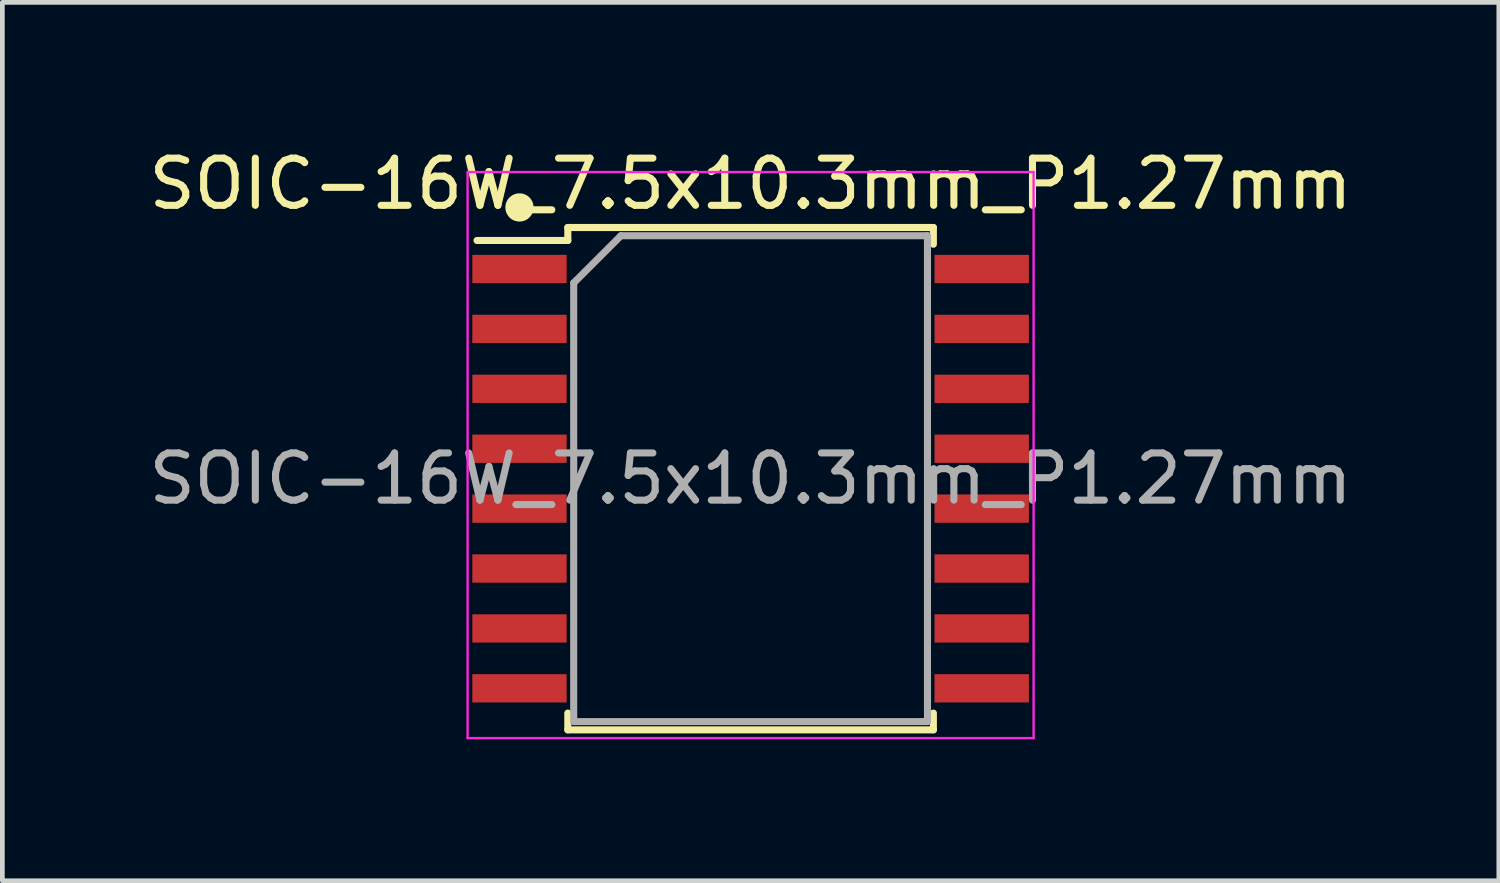
<source format=kicad_pcb>
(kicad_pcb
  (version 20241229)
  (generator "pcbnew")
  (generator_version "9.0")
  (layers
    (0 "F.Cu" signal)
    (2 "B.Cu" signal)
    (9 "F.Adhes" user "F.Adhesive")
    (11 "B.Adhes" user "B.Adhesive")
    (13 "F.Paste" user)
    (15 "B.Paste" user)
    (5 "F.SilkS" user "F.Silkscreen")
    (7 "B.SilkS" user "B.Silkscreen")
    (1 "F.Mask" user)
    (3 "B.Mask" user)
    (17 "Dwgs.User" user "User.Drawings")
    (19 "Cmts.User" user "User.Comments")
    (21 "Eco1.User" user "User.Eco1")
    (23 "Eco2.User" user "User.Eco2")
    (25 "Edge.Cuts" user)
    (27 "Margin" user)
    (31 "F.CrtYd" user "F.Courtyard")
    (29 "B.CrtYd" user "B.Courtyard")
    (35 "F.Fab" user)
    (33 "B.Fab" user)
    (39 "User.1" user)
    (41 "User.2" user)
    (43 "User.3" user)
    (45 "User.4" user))
  (footprint "SOIC-16W_7.5x10.3mm_P1.27mm"
    (layer "F.Cu")
    (at 12.863 7.098)
    (property "Reference" "SOIC-16W_7.5x10.3mm_P1.27mm" (at 0 -6.25 0) (layer "F.SilkS") (effects (font (size 1 1) (thickness 0.15))))
    (attr smd)
    (fp_line (start -3.875 -5.325) (end -3.875 -5.05) (stroke (width 0.15) (type solid)) (layer "F.SilkS"))
    (fp_line (start -3.875 -5.325) (end 3.875 -5.325) (stroke (width 0.15) (type solid)) (layer "F.SilkS"))
    (fp_line (start -3.875 -5.05) (end -5.8 -5.05) (stroke (width 0.15) (type solid)) (layer "F.SilkS"))
    (fp_line (start -3.875 5.325) (end -3.875 4.97) (stroke (width 0.15) (type solid)) (layer "F.SilkS"))
    (fp_line (start -3.875 5.325) (end 3.875 5.325) (stroke (width 0.15) (type solid)) (layer "F.SilkS"))
    (fp_line (start 3.875 -5.325) (end 3.875 -4.97) (stroke (width 0.15) (type solid)) (layer "F.SilkS"))
    (fp_line (start 3.875 5.325) (end 3.875 4.97) (stroke (width 0.15) (type solid)) (layer "F.SilkS"))
    (fp_circle (center -4.9 -5.75) (end -4.75 -5.75) (stroke (width 0.3) (type solid)) (fill no) (layer "F.SilkS"))
    (fp_line (start -6 -6.5) (end -6 5.5) (stroke (width 0.05) (type solid)) (layer "F.CrtYd"))
    (fp_line (start -6 -6.5) (end 6 -6.5) (stroke (width 0.05) (type solid)) (layer "F.CrtYd"))
    (fp_line (start -6 5.5) (end 6 5.5) (stroke (width 0.05) (type solid)) (layer "F.CrtYd"))
    (fp_line (start 6 -6.5) (end 6 5.5) (stroke (width 0.05) (type solid)) (layer "F.CrtYd"))
    (fp_line (start -3.75 -4.15) (end -2.75 -5.15) (stroke (width 0.15) (type solid)) (layer "F.Fab"))
    (fp_line (start -3.75 5.15) (end -3.75 -4.15) (stroke (width 0.15) (type solid)) (layer "F.Fab"))
    (fp_line (start -2.75 -5.15) (end 3.75 -5.15) (stroke (width 0.15) (type solid)) (layer "F.Fab"))
    (fp_line (start 3.75 -5.15) (end 3.75 5.15) (stroke (width 0.15) (type solid)) (layer "F.Fab"))
    (fp_line (start 3.75 5.15) (end -3.75 5.15) (stroke (width 0.15) (type solid)) (layer "F.Fab"))
    (fp_text user "${REFERENCE}" (at 0 0 0) (layer "F.Fab") (effects (font (size 1 1) (thickness 0.15))))
    (pad "1" smd rect (at -4.9 -4.445) (size 2 0.6) (layers "F.Cu" "F.Mask" "F.Paste"))
    (pad "2" smd rect (at -4.9 -3.175) (size 2 0.6) (layers "F.Cu" "F.Mask" "F.Paste"))
    (pad "3" smd rect (at -4.9 -1.905) (size 2 0.6) (layers "F.Cu" "F.Mask" "F.Paste"))
    (pad "4" smd rect (at -4.9 -0.635) (size 2 0.6) (layers "F.Cu" "F.Mask" "F.Paste"))
    (pad "5" smd rect (at -4.9 0.635) (size 2 0.6) (layers "F.Cu" "F.Mask" "F.Paste"))
    (pad "6" smd rect (at -4.9 1.905) (size 2 0.6) (layers "F.Cu" "F.Mask" "F.Paste"))
    (pad "7" smd rect (at -4.9 3.175) (size 2 0.6) (layers "F.Cu" "F.Mask" "F.Paste"))
    (pad "8" smd rect (at -4.9 4.445) (size 2 0.6) (layers "F.Cu" "F.Mask" "F.Paste"))
    (pad "9" smd rect (at 4.9 4.445) (size 2 0.6) (layers "F.Cu" "F.Mask" "F.Paste"))
    (pad "10" smd rect (at 4.9 3.175) (size 2 0.6) (layers "F.Cu" "F.Mask" "F.Paste"))
    (pad "11" smd rect (at 4.9 1.905) (size 2 0.6) (layers "F.Cu" "F.Mask" "F.Paste"))
    (pad "12" smd rect (at 4.9 0.635) (size 2 0.6) (layers "F.Cu" "F.Mask" "F.Paste"))
    (pad "13" smd rect (at 4.9 -0.635) (size 2 0.6) (layers "F.Cu" "F.Mask" "F.Paste"))
    (pad "14" smd rect (at 4.9 -1.905) (size 2 0.6) (layers "F.Cu" "F.Mask" "F.Paste"))
    (pad "15" smd rect (at 4.9 -3.175) (size 2 0.6) (layers "F.Cu" "F.Mask" "F.Paste"))
    (pad "16" smd rect (at 4.9 -4.445) (size 2 0.6) (layers "F.Cu" "F.Mask" "F.Paste")))
  (gr_rect
    (start -3 -3)
    (end 28.726 15.623)
    (stroke (width 0.1) (type default))
    (fill no)
    (layer "Edge.Cuts")))
</source>
